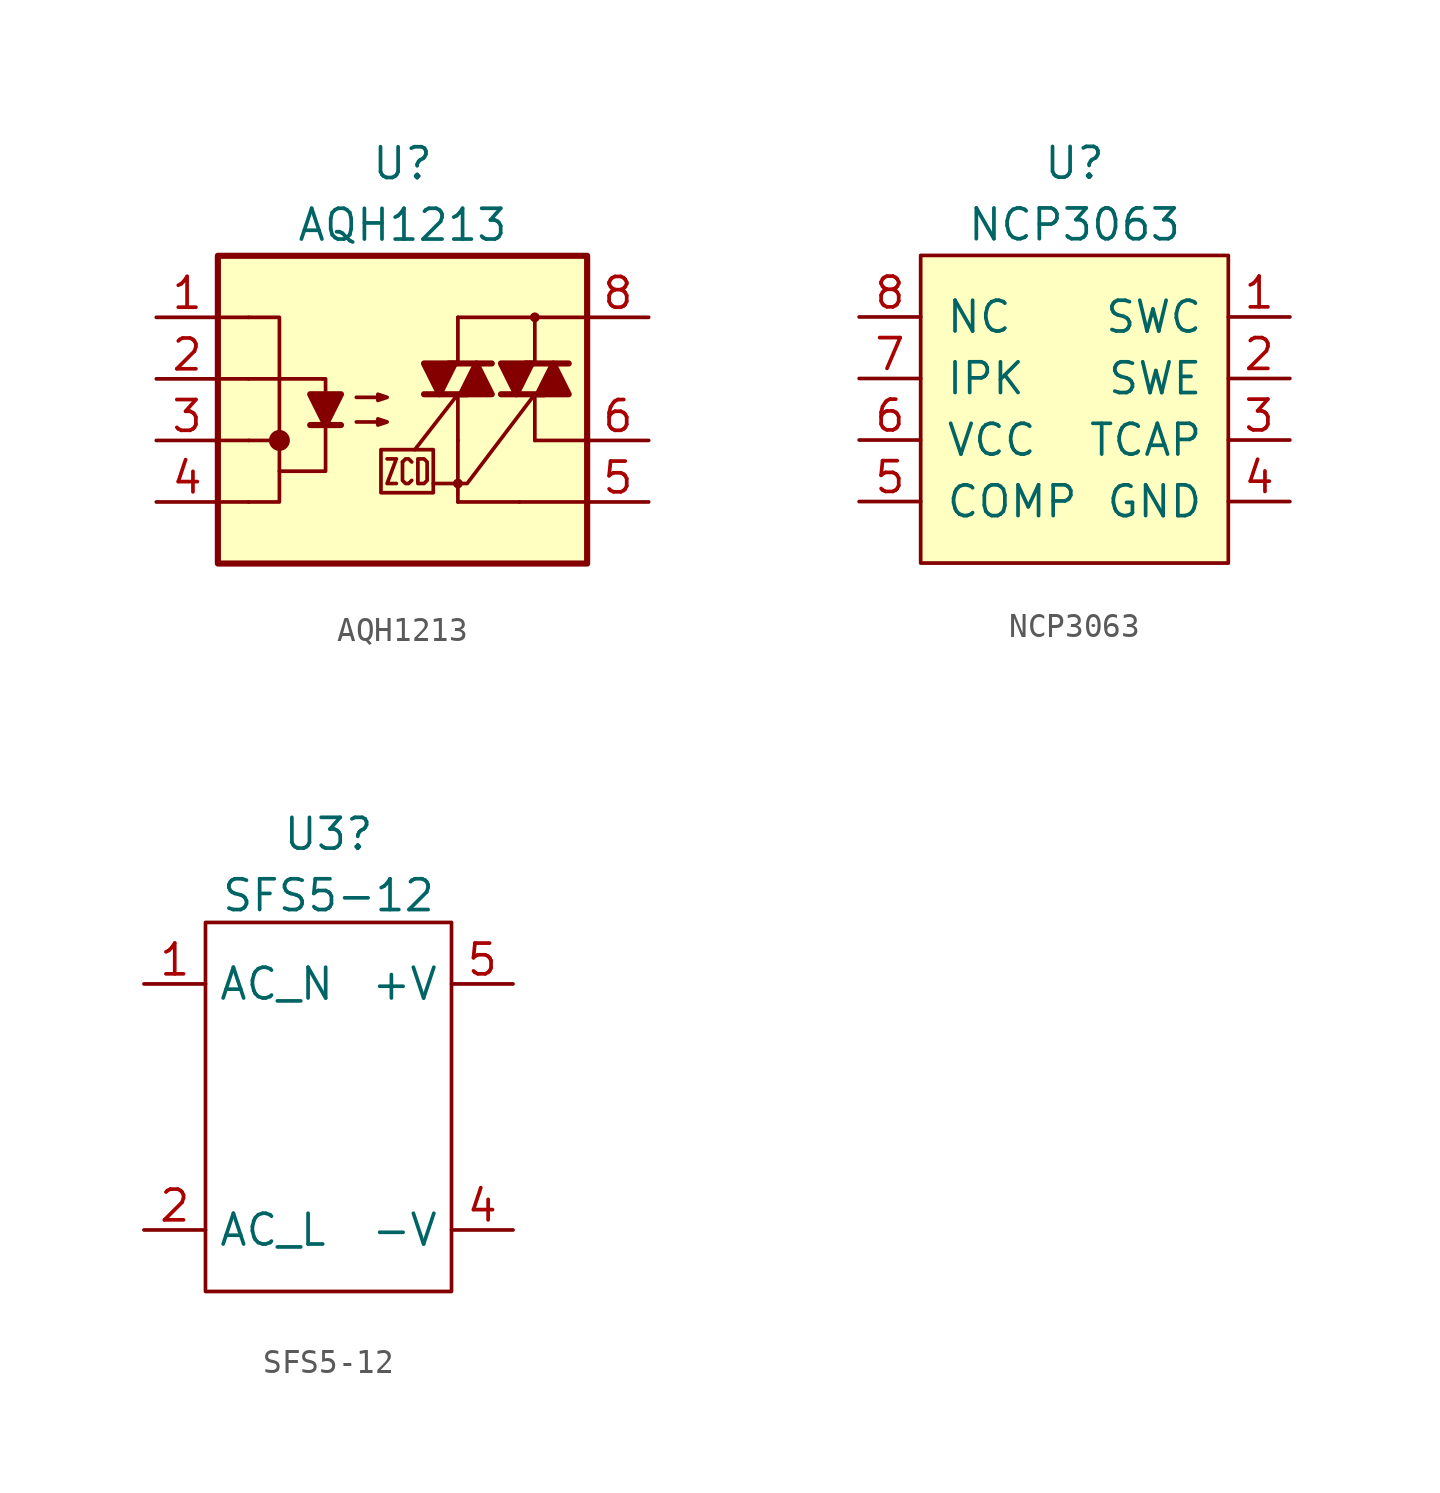
<source format=kicad_sym>
(kicad_symbol_lib
  (version 20211014)
  (generator kicad_symbol_editor)
  (symbol "AQH1213"
    (pin_names
      (offset 1.016))
    (property "Reference" "U"
      (at 0 10.16 0)
      (effects (font (size 1.27 1.27))))
    (property "Value" "AQH1213"
      (at 0 7.62 0)
      (effects (font (size 1.27 1.27))))
    (symbol "AQH1213_0_1"
      (circle (center -5.08 -1.27) (radius 0.356) (stroke (width 0) (type default) (color 0 0 0 0)) (fill (type outline)))
      (polyline (pts (xy -7.62 3.81) (xy -6.35 3.81)) (stroke (width 0) (type default) (color 0 0 0 0)) (fill (type none)))
      (polyline (pts (xy -6.35 -3.81) (xy -7.62 -3.81)) (stroke (width 0) (type default) (color 0 0 0 0)) (fill (type none)))
      (polyline (pts (xy -6.35 -1.27) (xy -7.62 -1.27)) (stroke (width 0) (type default) (color 0 0 0 0)) (fill (type none)))
      (polyline (pts (xy -6.35 -1.27) (xy -5.08 -1.27)) (stroke (width 0) (type default) (color 0 0 0 0)) (fill (type none)))
      (polyline (pts (xy -6.35 1.27) (xy -7.62 1.27)) (stroke (width 0) (type default) (color 0 0 0 0)) (fill (type none)))
      (polyline (pts (xy -6.35 1.27) (xy -3.302 1.27)) (stroke (width 0) (type default) (color 0 0 0 0)) (fill (type none)))
      (polyline (pts (xy 2.286 -1.27) (xy 2.286 -3.81)) (stroke (width 0) (type default) (color 0 0 0 0)) (fill (type none)))
      (polyline (pts (xy 2.286 0.635) (xy 0.508 -1.651)) (stroke (width 0) (type default) (color 0 0 0 0)) (fill (type none)))
      (polyline (pts (xy 2.286 3.81) (xy 7.62 3.81)) (stroke (width 0) (type default) (color 0 0 0 0)) (fill (type none)))
      (polyline (pts (xy 4.826 -3.81) (xy 2.286 -3.81)) (stroke (width 0) (type default) (color 0 0 0 0)) (fill (type none)))
      (polyline (pts (xy -3.175 0.762) (xy -3.175 1.27) (xy -3.302 1.27)) (stroke (width 0) (type default) (color 0 0 0 0)) (fill (type none)))
      (polyline (pts (xy 2.286 -3.048) (xy 2.667 -3.048) (xy 5.461 0.635)) (stroke (width 0) (type default) (color 0 0 0 0)) (fill (type none)))
      (polyline (pts (xy 7.62 -1.27) (xy 5.588 -1.27) (xy 5.461 -1.27)) (stroke (width 0) (type default) (color 0 0 0 0)) (fill (type none)))
      (polyline (pts (xy -6.35 3.81) (xy -5.08 3.81) (xy -5.08 -3.81) (xy -6.35 -3.81)) (stroke (width 0) (type default) (color 0 0 0 0)) (fill (type none))))
    (symbol "AQH1213_1_1"
      (rectangle (start -7.62 6.35) (end 7.62 -6.35) (stroke (width 0.254) (type default) (color 0 0 0 0)) (fill (type background)))
      (polyline (pts (xy -3.81 -0.635) (xy -2.54 -0.635)) (stroke (width 0.254) (type default) (color 0 0 0 0)) (fill (type none)))
      (polyline (pts (xy 1.905 1.905) (xy 3.683 1.905)) (stroke (width 0.254) (type default) (color 0 0 0 0)) (fill (type none)))
      (polyline (pts (xy 2.286 -3.048) (xy 1.27 -3.048)) (stroke (width 0) (type default) (color 0 0 0 0)) (fill (type none)))
      (polyline (pts (xy 2.286 -1.27) (xy 2.286 0.635)) (stroke (width 0) (type default) (color 0 0 0 0)) (fill (type none)))
      (polyline (pts (xy 2.286 3.81) (xy 2.286 1.905)) (stroke (width 0) (type default) (color 0 0 0 0)) (fill (type none)))
      (polyline (pts (xy 2.667 0.635) (xy 0.889 0.635)) (stroke (width 0.254) (type default) (color 0 0 0 0)) (fill (type none)))
      (polyline (pts (xy 4.826 -3.81) (xy 7.62 -3.81)) (stroke (width 0) (type default) (color 0 0 0 0)) (fill (type none)))
      (polyline (pts (xy 5.08 1.905) (xy 6.858 1.905)) (stroke (width 0.254) (type default) (color 0 0 0 0)) (fill (type none)))
      (polyline (pts (xy 5.461 -1.27) (xy 5.461 0.635)) (stroke (width 0) (type default) (color 0 0 0 0)) (fill (type none)))
      (polyline (pts (xy 5.461 3.81) (xy 5.461 1.905)) (stroke (width 0) (type default) (color 0 0 0 0)) (fill (type none)))
      (polyline (pts (xy 5.842 0.635) (xy 4.064 0.635)) (stroke (width 0.254) (type default) (color 0 0 0 0)) (fill (type none)))
      (polyline (pts (xy -3.175 -0.635) (xy -3.175 -2.54) (xy -5.08 -2.54)) (stroke (width 0) (type default) (color 0 0 0 0)) (fill (type none)))
      (polyline (pts (xy -3.175 -0.635) (xy -3.81 0.635) (xy -2.54 0.635) (xy -3.175 -0.635)) (stroke (width 0.254) (type default) (color 0 0 0 0)) (fill (type outline)))
      (polyline (pts (xy -0.635 -2.032) (xy -0.254 -2.032) (xy -0.635 -3.048) (xy -0.254 -3.048)) (stroke (width 0) (type default) (color 0 0 0 0)) (fill (type none)))
      (polyline (pts (xy 0 -2.159) (xy 0.127 -2.032) (xy 0.254 -2.032) (xy 0.381 -2.159)) (stroke (width 0) (type default) (color 0 0 0 0)) (fill (type none)))
      (polyline (pts (xy 1.524 0.635) (xy 2.159 1.905) (xy 0.889 1.905) (xy 1.524 0.635)) (stroke (width 0.254) (type default) (color 0 0 0 0)) (fill (type outline)))
      (polyline (pts (xy 3.048 1.905) (xy 2.413 0.635) (xy 3.683 0.635) (xy 3.048 1.905)) (stroke (width 0.254) (type default) (color 0 0 0 0)) (fill (type outline)))
      (polyline (pts (xy 4.699 0.635) (xy 5.334 1.905) (xy 4.064 1.905) (xy 4.699 0.635)) (stroke (width 0.254) (type default) (color 0 0 0 0)) (fill (type outline)))
      (polyline (pts (xy 6.223 1.905) (xy 5.588 0.635) (xy 6.858 0.635) (xy 6.223 1.905)) (stroke (width 0.254) (type default) (color 0 0 0 0)) (fill (type outline)))
      (polyline (pts (xy -1.905 -0.508) (xy -0.635 -0.508) (xy -1.016 -0.635) (xy -1.016 -0.381) (xy -0.635 -0.508)) (stroke (width 0) (type default) (color 0 0 0 0)) (fill (type none)))
      (polyline (pts (xy -1.905 0.508) (xy -0.635 0.508) (xy -1.016 0.381) (xy -1.016 0.635) (xy -0.635 0.508)) (stroke (width 0) (type default) (color 0 0 0 0)) (fill (type none)))
      (polyline (pts (xy -0.889 -1.651) (xy -0.889 -3.429) (xy 1.27 -3.429) (xy 1.27 -1.651) (xy -0.889 -1.651)) (stroke (width 0) (type default) (color 0 0 0 0)) (fill (type none)))
      (polyline (pts (xy 0.381 -2.921) (xy 0.254 -3.048) (xy 0.127 -3.048) (xy 0 -2.921) (xy 0 -2.159)) (stroke (width 0) (type default) (color 0 0 0 0)) (fill (type none)))
      (polyline (pts (xy 0.635 -2.032) (xy 0.635 -3.048) (xy 0.889 -3.048) (xy 1.016 -2.921) (xy 1.016 -2.159) (xy 0.889 -2.032) (xy 0.635 -2.032)) (stroke (width 0) (type default) (color 0 0 0 0)) (fill (type none)))
      (circle (center 2.286 -3.048) (radius 0.127) (stroke (width 0) (type default) (color 0 0 0 0)) (fill (type none)))
      (circle (center 5.461 3.81) (radius 0.127) (stroke (width 0) (type default) (color 0 0 0 0)) (fill (type none)))
      (pin passive line (at -10.16 3.81 0) (length 2.54) (name "~" (effects (font (size 1.27 1.27)))) (number "1" (effects (font (size 1.27 1.27)))))
      (pin passive line (at -10.16 1.27 0) (length 2.54) (name "~" (effects (font (size 1.27 1.27)))) (number "2" (effects (font (size 1.27 1.27)))))
      (pin passive line (at -10.16 -1.27 0) (length 2.54) (name "~" (effects (font (size 1.27 1.27)))) (number "3" (effects (font (size 1.27 1.27)))))
      (pin passive line (at -10.16 -3.81 0) (length 2.54) (name "~" (effects (font (size 1.27 1.27)))) (number "4" (effects (font (size 1.27 1.27)))))
      (pin passive line (at 10.16 -3.81 180) (length 2.54) (name "~" (effects (font (size 1.27 1.27)))) (number "5" (effects (font (size 1.27 1.27)))))
      (pin passive line (at 10.16 -1.27 180) (length 2.54) (name "~" (effects (font (size 1.27 1.27)))) (number "6" (effects (font (size 1.27 1.27)))))
      (pin passive line (at 10.16 3.81 180) (length 2.54) (name "~" (effects (font (size 1.27 1.27)))) (number "8" (effects (font (size 1.27 1.27)))))))
  (symbol "NCP3063"
    (pin_names
      (offset 1.016))
    (property "Reference" "U"
      (at 0 10.16 0)
      (effects (font (size 1.27 1.27))))
    (property "Value" "NCP3063"
      (at 0 7.62 0)
      (effects (font (size 1.27 1.27))))
    (symbol "NCP3063_0_1"
      (rectangle (start -6.35 6.35) (end 6.35 -6.35) (stroke (width 0) (type default) (color 0 0 0 0)) (fill (type background))))
    (symbol "NCP3063_1_1"
      (pin passive line (at 8.89 3.81 180) (length 2.54) (name "SWC" (effects (font (size 1.27 1.27)))) (number "1" (effects (font (size 1.27 1.27)))))
      (pin passive line (at 8.89 1.27 180) (length 2.54) (name "SWE" (effects (font (size 1.27 1.27)))) (number "2" (effects (font (size 1.27 1.27)))))
      (pin passive line (at 8.89 -1.27 180) (length 2.54) (name "TCAP" (effects (font (size 1.27 1.27)))) (number "3" (effects (font (size 1.27 1.27)))))
      (pin passive line (at 8.89 -3.81 180) (length 2.54) (name "GND" (effects (font (size 1.27 1.27)))) (number "4" (effects (font (size 1.27 1.27)))))
      (pin passive line (at -8.89 -3.81 0) (length 2.54) (name "COMP" (effects (font (size 1.27 1.27)))) (number "5" (effects (font (size 1.27 1.27)))))
      (pin passive line (at -8.89 -1.27 0) (length 2.54) (name "VCC" (effects (font (size 1.27 1.27)))) (number "6" (effects (font (size 1.27 1.27)))))
      (pin passive line (at -8.89 1.27 0) (length 2.54) (name "IPK" (effects (font (size 1.27 1.27)))) (number "7" (effects (font (size 1.27 1.27)))))
      (pin passive line (at -8.89 3.81 0) (length 2.54) (name "NC" (effects (font (size 1.27 1.27)))) (number "8" (effects (font (size 1.27 1.27)))))))
  (symbol "SFS5-12"
    (property "Reference" "U3"
      (at 0 11.269 0)
      (effects (font (size 1.27 1.27))))
    (property "Value" "SFS5-12"
      (at 0 8.732 0)
      (effects (font (size 1.27 1.27))))
    (symbol "SFS5-12_0_1"
      (rectangle (start -5.08 7.62) (end 5.08 -7.62) (stroke (width 0.152) (type default) (color 0 0 0 0)) (fill (type none))))
    (symbol "SFS5-12_1_1"
      (pin passive line (at -7.62 5.08 0) (length 2.54) (name "AC_N" (effects (font (size 1.27 1.27)))) (number "1" (effects (font (size 1.27 1.27)))))
      (pin passive line (at -7.62 -5.08 0) (length 2.54) (name "AC_L" (effects (font (size 1.27 1.27)))) (number "2" (effects (font (size 1.27 1.27)))))
      (pin passive line (at 7.62 -5.08 180) (length 2.54) (name "-V" (effects (font (size 1.27 1.27)))) (number "4" (effects (font (size 1.27 1.27)))))
      (pin passive line (at 7.62 5.08 180) (length 2.54) (name "+V" (effects (font (size 1.27 1.27)))) (number "5" (effects (font (size 1.27 1.27))))))))
</source>
